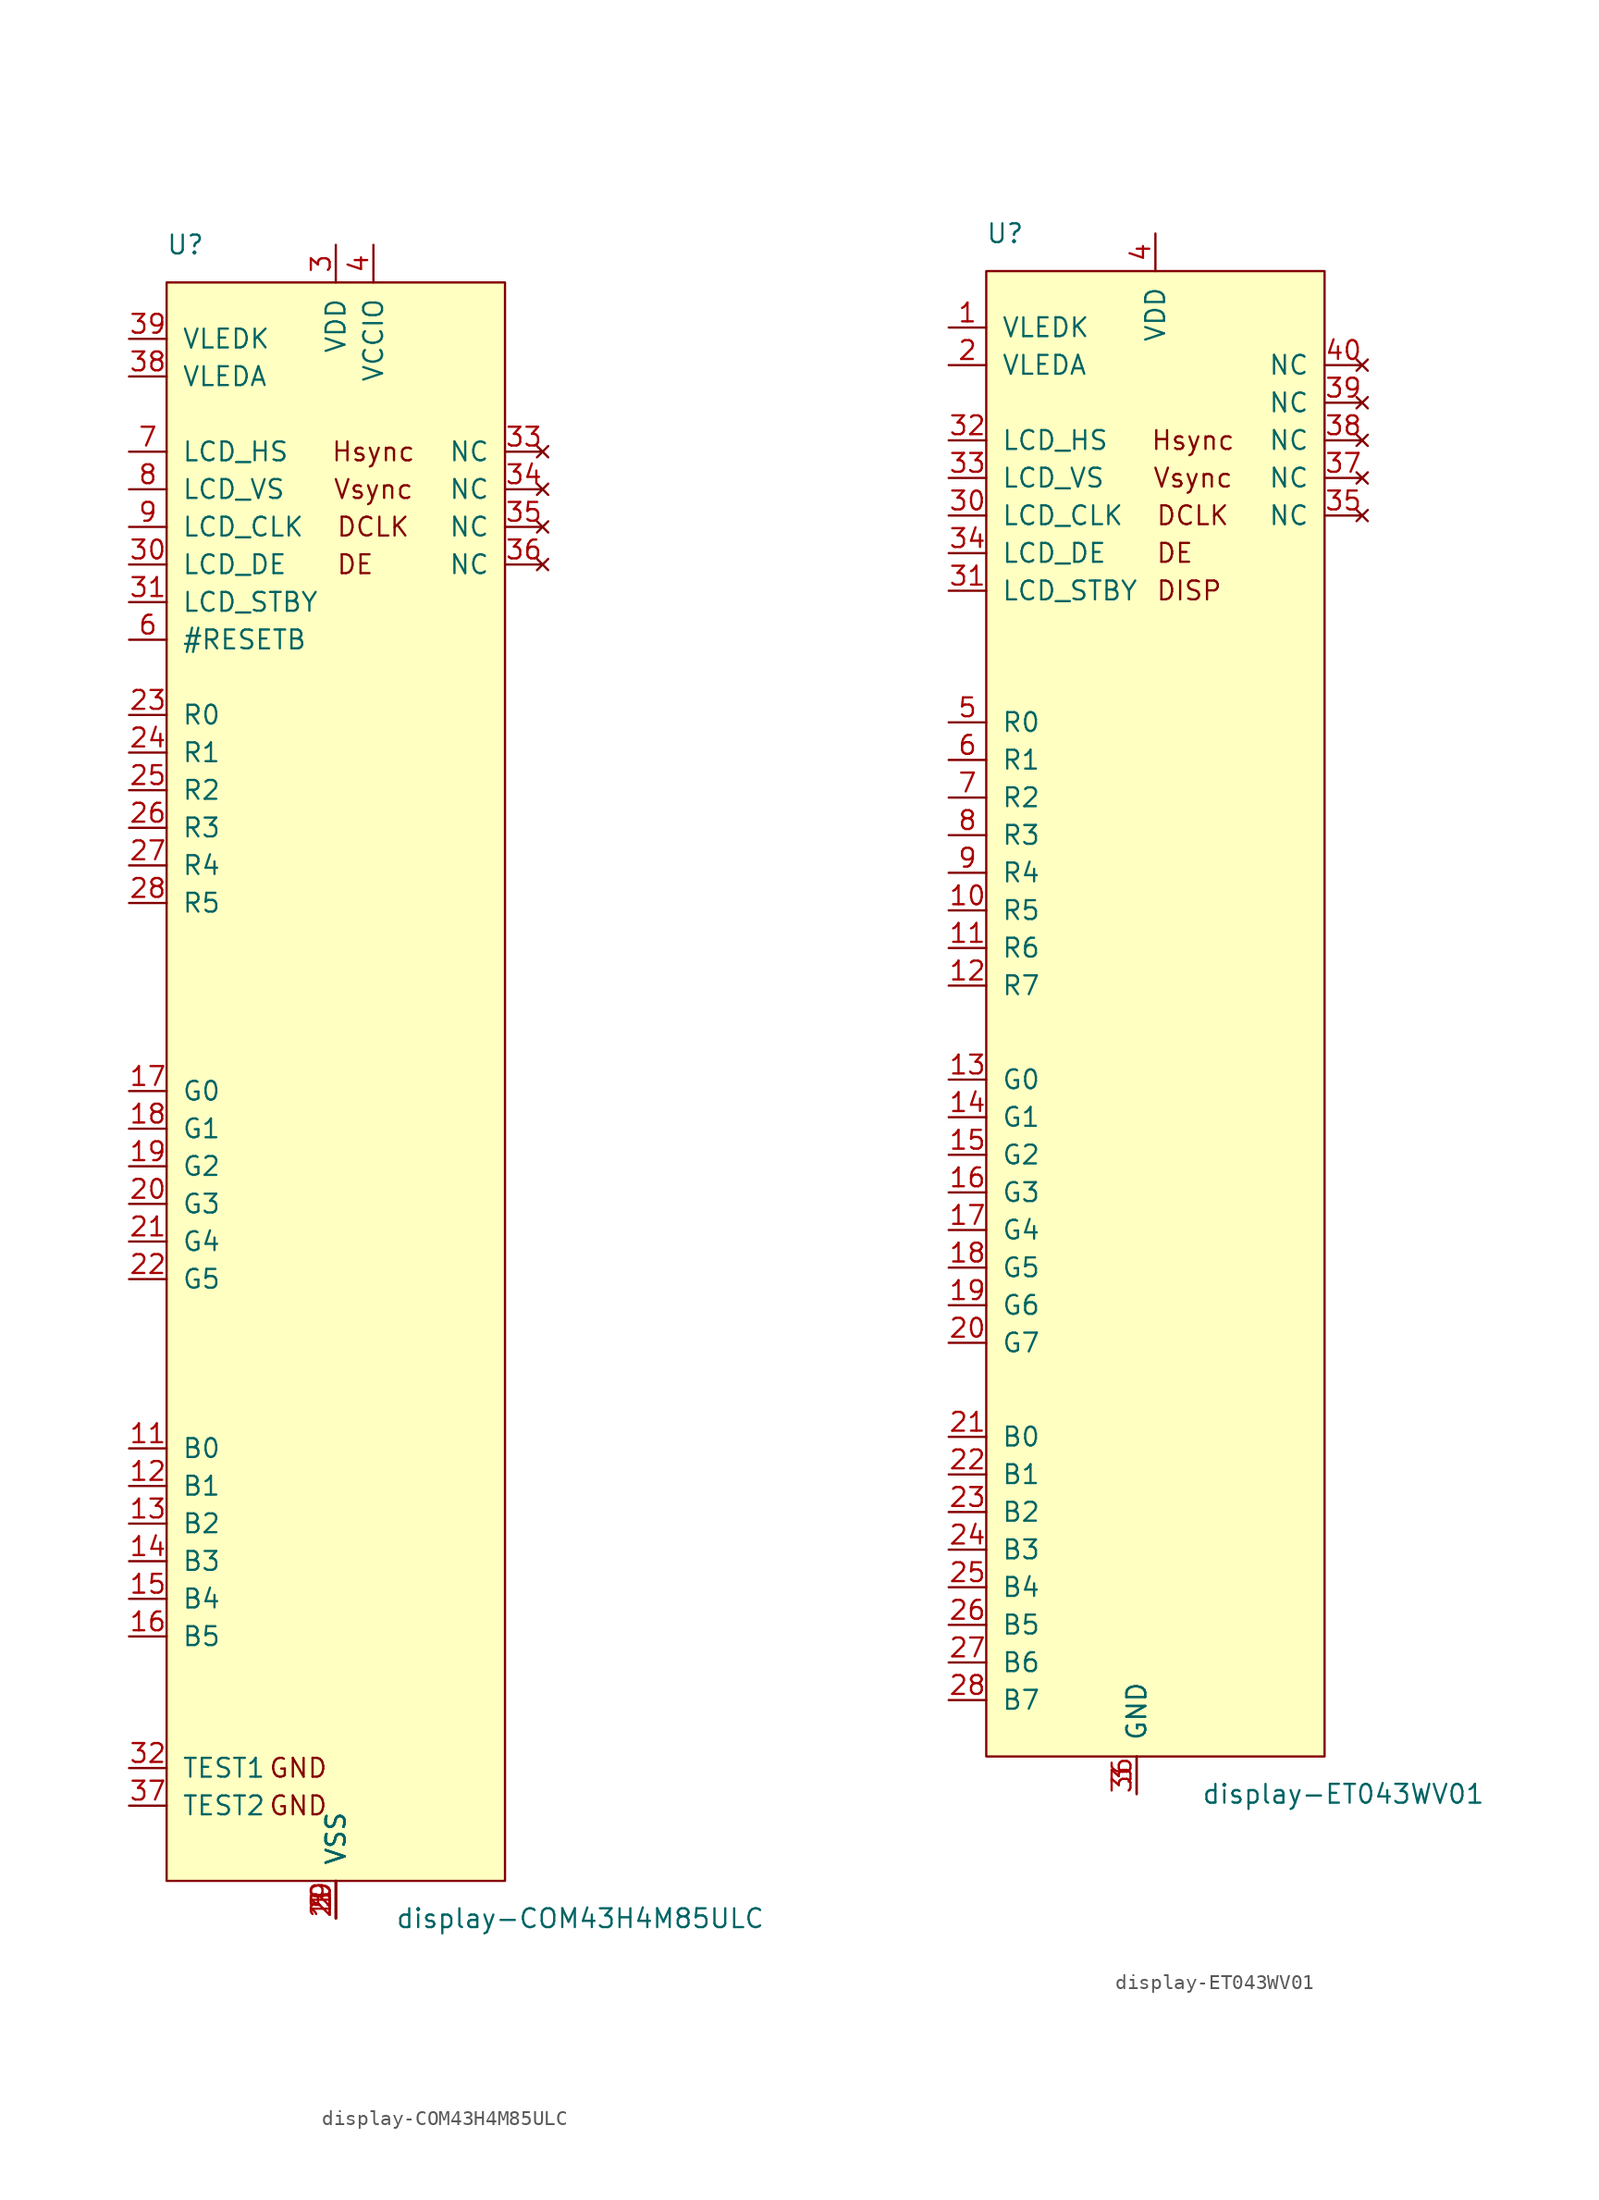
<source format=kicad_sym>
(kicad_symbol_lib
  (version 20211014)
  (generator kicad_symbol_editor)
  (symbol "display-COM43H4M85ULC"
    (pin_names
      (offset 1.016))
    (property "Reference" "U"
      (at -10.16 52.07 0)
      (effects (font (size 1.27 1.27))))
    (property "Value" "display-COM43H4M85ULC"
      (at 16.51 -60.96 0)
      (effects (font (size 1.27 1.27))))
    (symbol "display-COM43H4M85ULC_0_0"
      (text "DE" (at 0 30.48 0) (effects (font (size 1.27 1.27)) (justify left)))
      (text "GND" (at -2.54 -50.8 0) (effects (font (size 1.27 1.27))))
      (text "Hsync" (at 2.54 38.1 0) (effects (font (size 1.27 1.27))))
      (text "Vsync" (at 2.54 35.56 0) (effects (font (size 1.27 1.27)))))
    (symbol "display-COM43H4M85ULC_1_1"
      (rectangle (start -11.43 49.53) (end 11.43 -58.42) (stroke (width 0) (type default) (color 0 0 0 0)) (fill (type background)))
      (text "DCLK" (at 0 33.02 0) (effects (font (size 1.27 1.27)) (justify left)))
      (text "GND" (at -2.54 -53.34 0) (effects (font (size 1.27 1.27))))
      (pin power_in line (at 0 -60.96 90) (length 2.54) (name "VSS" (effects (font (size 1.27 1.27)))) (number "1" (effects (font (size 1.27 1.27)))))
      (pin power_in line (at 0 -60.96 90) (length 2.54) (name "VSS" (effects (font (size 1.27 1.27)))) (number "10" (effects (font (size 1.27 1.27)))))
      (pin input line (at -13.97 -29.21 0) (length 2.54) (name "B0" (effects (font (size 1.27 1.27)))) (number "11" (effects (font (size 1.27 1.27)))))
      (pin input line (at -13.97 -31.75 0) (length 2.54) (name "B1" (effects (font (size 1.27 1.27)))) (number "12" (effects (font (size 1.27 1.27)))))
      (pin input line (at -13.97 -34.29 0) (length 2.54) (name "B2" (effects (font (size 1.27 1.27)))) (number "13" (effects (font (size 1.27 1.27)))))
      (pin input line (at -13.97 -36.83 0) (length 2.54) (name "B3" (effects (font (size 1.27 1.27)))) (number "14" (effects (font (size 1.27 1.27)))))
      (pin input line (at -13.97 -39.37 0) (length 2.54) (name "B4" (effects (font (size 1.27 1.27)))) (number "15" (effects (font (size 1.27 1.27)))))
      (pin input line (at -13.97 -41.91 0) (length 2.54) (name "B5" (effects (font (size 1.27 1.27)))) (number "16" (effects (font (size 1.27 1.27)))))
      (pin input line (at -13.97 -5.08 0) (length 2.54) (name "G0" (effects (font (size 1.27 1.27)))) (number "17" (effects (font (size 1.27 1.27)))))
      (pin input line (at -13.97 -7.62 0) (length 2.54) (name "G1" (effects (font (size 1.27 1.27)))) (number "18" (effects (font (size 1.27 1.27)))))
      (pin input line (at -13.97 -10.16 0) (length 2.54) (name "G2" (effects (font (size 1.27 1.27)))) (number "19" (effects (font (size 1.27 1.27)))))
      (pin power_in line (at 0 -60.96 90) (length 2.54) (name "VSS" (effects (font (size 1.27 1.27)))) (number "2" (effects (font (size 1.27 1.27)))))
      (pin input line (at -13.97 -12.7 0) (length 2.54) (name "G3" (effects (font (size 1.27 1.27)))) (number "20" (effects (font (size 1.27 1.27)))))
      (pin input line (at -13.97 -15.24 0) (length 2.54) (name "G4" (effects (font (size 1.27 1.27)))) (number "21" (effects (font (size 1.27 1.27)))))
      (pin input line (at -13.97 -17.78 0) (length 2.54) (name "G5" (effects (font (size 1.27 1.27)))) (number "22" (effects (font (size 1.27 1.27)))))
      (pin input line (at -13.97 20.32 0) (length 2.54) (name "R0" (effects (font (size 1.27 1.27)))) (number "23" (effects (font (size 1.27 1.27)))))
      (pin input line (at -13.97 17.78 0) (length 2.54) (name "R1" (effects (font (size 1.27 1.27)))) (number "24" (effects (font (size 1.27 1.27)))))
      (pin input line (at -13.97 15.24 0) (length 2.54) (name "R2" (effects (font (size 1.27 1.27)))) (number "25" (effects (font (size 1.27 1.27)))))
      (pin input line (at -13.97 12.7 0) (length 2.54) (name "R3" (effects (font (size 1.27 1.27)))) (number "26" (effects (font (size 1.27 1.27)))))
      (pin input line (at -13.97 10.16 0) (length 2.54) (name "R4" (effects (font (size 1.27 1.27)))) (number "27" (effects (font (size 1.27 1.27)))))
      (pin input line (at -13.97 7.62 0) (length 2.54) (name "R5" (effects (font (size 1.27 1.27)))) (number "28" (effects (font (size 1.27 1.27)))))
      (pin power_in line (at 0 -60.96 90) (length 2.54) (name "VSS" (effects (font (size 1.27 1.27)))) (number "29" (effects (font (size 1.27 1.27)))))
      (pin power_in line (at 0 52.07 270) (length 2.54) (name "VDD" (effects (font (size 1.27 1.27)))) (number "3" (effects (font (size 1.27 1.27)))))
      (pin input line (at -13.97 30.48 0) (length 2.54) (name "LCD_DE" (effects (font (size 1.27 1.27)))) (number "30" (effects (font (size 1.27 1.27)))))
      (pin input line (at -13.97 27.94 0) (length 2.54) (name "LCD_STBY" (effects (font (size 1.27 1.27)))) (number "31" (effects (font (size 1.27 1.27)))))
      (pin input line (at -13.97 -50.8 0) (length 2.54) (name "TEST1" (effects (font (size 1.27 1.27)))) (number "32" (effects (font (size 1.27 1.27)))))
      (pin no_connect line (at 13.97 38.1 180) (length 2.54) (name "NC" (effects (font (size 1.27 1.27)))) (number "33" (effects (font (size 1.27 1.27)))))
      (pin no_connect line (at 13.97 35.56 180) (length 2.54) (name "NC" (effects (font (size 1.27 1.27)))) (number "34" (effects (font (size 1.27 1.27)))))
      (pin no_connect line (at 13.97 33.02 180) (length 2.54) (name "NC" (effects (font (size 1.27 1.27)))) (number "35" (effects (font (size 1.27 1.27)))))
      (pin no_connect line (at 13.97 30.48 180) (length 2.54) (name "NC" (effects (font (size 1.27 1.27)))) (number "36" (effects (font (size 1.27 1.27)))))
      (pin input line (at -13.97 -53.34 0) (length 2.54) (name "TEST2" (effects (font (size 1.27 1.27)))) (number "37" (effects (font (size 1.27 1.27)))))
      (pin input line (at -13.97 43.18 0) (length 2.54) (name "VLEDA" (effects (font (size 1.27 1.27)))) (number "38" (effects (font (size 1.27 1.27)))))
      (pin input line (at -13.97 45.72 0) (length 2.54) (name "VLEDK" (effects (font (size 1.27 1.27)))) (number "39" (effects (font (size 1.27 1.27)))))
      (pin power_in line (at 2.54 52.07 270) (length 2.54) (name "VCCIO" (effects (font (size 1.27 1.27)))) (number "4" (effects (font (size 1.27 1.27)))))
      (pin power_in line (at 0 -60.96 90) (length 2.54) (name "VSS" (effects (font (size 1.27 1.27)))) (number "5" (effects (font (size 1.27 1.27)))))
      (pin input line (at -13.97 25.4 0) (length 2.54) (name "#RESETB" (effects (font (size 1.27 1.27)))) (number "6" (effects (font (size 1.27 1.27)))))
      (pin input line (at -13.97 38.1 0) (length 2.54) (name "LCD_HS" (effects (font (size 1.27 1.27)))) (number "7" (effects (font (size 1.27 1.27)))))
      (pin input line (at -13.97 35.56 0) (length 2.54) (name "LCD_VS" (effects (font (size 1.27 1.27)))) (number "8" (effects (font (size 1.27 1.27)))))
      (pin input line (at -13.97 33.02 0) (length 2.54) (name "LCD_CLK" (effects (font (size 1.27 1.27)))) (number "9" (effects (font (size 1.27 1.27)))))))
  (symbol "display-ET043WV01"
    (pin_names
      (offset 1.016))
    (property "Reference" "U"
      (at -10.16 52.07 0)
      (effects (font (size 1.27 1.27))))
    (property "Value" "display-ET043WV01"
      (at 12.7 -53.34 0)
      (effects (font (size 1.27 1.27))))
    (symbol "display-ET043WV01_0_0"
      (text "DE" (at 0 30.48 0) (effects (font (size 1.27 1.27)) (justify left)))
      (text "DISP" (at 0 27.94 0) (effects (font (size 1.27 1.27)) (justify left)))
      (text "Hsync" (at 2.54 38.1 0) (effects (font (size 1.27 1.27))))
      (text "Vsync" (at 2.54 35.56 0) (effects (font (size 1.27 1.27)))))
    (symbol "display-ET043WV01_1_1"
      (rectangle (start -11.43 49.53) (end 11.43 -50.8) (stroke (width 0) (type default) (color 0 0 0 0)) (fill (type background)))
      (text "DCLK" (at 0 33.02 0) (effects (font (size 1.27 1.27)) (justify left)))
      (pin power_in line (at -13.97 45.72 0) (length 2.54) (name "VLEDK" (effects (font (size 1.27 1.27)))) (number "1" (effects (font (size 1.27 1.27)))))
      (pin input line (at -13.97 6.35 0) (length 2.54) (name "R5" (effects (font (size 1.27 1.27)))) (number "10" (effects (font (size 1.27 1.27)))))
      (pin input line (at -13.97 3.81 0) (length 2.54) (name "R6" (effects (font (size 1.27 1.27)))) (number "11" (effects (font (size 1.27 1.27)))))
      (pin input line (at -13.97 1.27 0) (length 2.54) (name "R7" (effects (font (size 1.27 1.27)))) (number "12" (effects (font (size 1.27 1.27)))))
      (pin input line (at -13.97 -5.08 0) (length 2.54) (name "G0" (effects (font (size 1.27 1.27)))) (number "13" (effects (font (size 1.27 1.27)))))
      (pin input line (at -13.97 -7.62 0) (length 2.54) (name "G1" (effects (font (size 1.27 1.27)))) (number "14" (effects (font (size 1.27 1.27)))))
      (pin input line (at -13.97 -10.16 0) (length 2.54) (name "G2" (effects (font (size 1.27 1.27)))) (number "15" (effects (font (size 1.27 1.27)))))
      (pin input line (at -13.97 -12.7 0) (length 2.54) (name "G3" (effects (font (size 1.27 1.27)))) (number "16" (effects (font (size 1.27 1.27)))))
      (pin input line (at -13.97 -15.24 0) (length 2.54) (name "G4" (effects (font (size 1.27 1.27)))) (number "17" (effects (font (size 1.27 1.27)))))
      (pin input line (at -13.97 -17.78 0) (length 2.54) (name "G5" (effects (font (size 1.27 1.27)))) (number "18" (effects (font (size 1.27 1.27)))))
      (pin input line (at -13.97 -20.32 0) (length 2.54) (name "G6" (effects (font (size 1.27 1.27)))) (number "19" (effects (font (size 1.27 1.27)))))
      (pin power_in line (at -13.97 43.18 0) (length 2.54) (name "VLEDA" (effects (font (size 1.27 1.27)))) (number "2" (effects (font (size 1.27 1.27)))))
      (pin input line (at -13.97 -22.86 0) (length 2.54) (name "G7" (effects (font (size 1.27 1.27)))) (number "20" (effects (font (size 1.27 1.27)))))
      (pin input line (at -13.97 -29.21 0) (length 2.54) (name "B0" (effects (font (size 1.27 1.27)))) (number "21" (effects (font (size 1.27 1.27)))))
      (pin input line (at -13.97 -31.75 0) (length 2.54) (name "B1" (effects (font (size 1.27 1.27)))) (number "22" (effects (font (size 1.27 1.27)))))
      (pin input line (at -13.97 -34.29 0) (length 2.54) (name "B2" (effects (font (size 1.27 1.27)))) (number "23" (effects (font (size 1.27 1.27)))))
      (pin input line (at -13.97 -36.83 0) (length 2.54) (name "B3" (effects (font (size 1.27 1.27)))) (number "24" (effects (font (size 1.27 1.27)))))
      (pin input line (at -13.97 -39.37 0) (length 2.54) (name "B4" (effects (font (size 1.27 1.27)))) (number "25" (effects (font (size 1.27 1.27)))))
      (pin input line (at -13.97 -41.91 0) (length 2.54) (name "B5" (effects (font (size 1.27 1.27)))) (number "26" (effects (font (size 1.27 1.27)))))
      (pin input line (at -13.97 -44.45 0) (length 2.54) (name "B6" (effects (font (size 1.27 1.27)))) (number "27" (effects (font (size 1.27 1.27)))))
      (pin input line (at -13.97 -46.99 0) (length 2.54) (name "B7" (effects (font (size 1.27 1.27)))) (number "28" (effects (font (size 1.27 1.27)))))
      (pin power_in line (at -1.27 -53.34 90) (length 2.54) (name "GND" (effects (font (size 1.27 1.27)))) (number "3" (effects (font (size 1.27 1.27)))))
      (pin input line (at -13.97 33.02 0) (length 2.54) (name "LCD_CLK" (effects (font (size 1.27 1.27)))) (number "30" (effects (font (size 1.27 1.27)))))
      (pin input line (at -13.97 27.94 0) (length 2.54) (name "LCD_STBY" (effects (font (size 1.27 1.27)))) (number "31" (effects (font (size 1.27 1.27)))))
      (pin input line (at -13.97 38.1 0) (length 2.54) (name "LCD_HS" (effects (font (size 1.27 1.27)))) (number "32" (effects (font (size 1.27 1.27)))))
      (pin input line (at -13.97 35.56 0) (length 2.54) (name "LCD_VS" (effects (font (size 1.27 1.27)))) (number "33" (effects (font (size 1.27 1.27)))))
      (pin input line (at -13.97 30.48 0) (length 2.54) (name "LCD_DE" (effects (font (size 1.27 1.27)))) (number "34" (effects (font (size 1.27 1.27)))))
      (pin no_connect line (at 13.97 33.02 180) (length 2.54) (name "NC" (effects (font (size 1.27 1.27)))) (number "35" (effects (font (size 1.27 1.27)))))
      (pin power_in line (at -1.27 -53.34 90) (length 2.54) (name "GND" (effects (font (size 1.27 1.27)))) (number "36" (effects (font (size 1.27 1.27)))))
      (pin no_connect line (at 13.97 35.56 180) (length 2.54) (name "NC" (effects (font (size 1.27 1.27)))) (number "37" (effects (font (size 1.27 1.27)))))
      (pin no_connect line (at 13.97 38.1 180) (length 2.54) (name "NC" (effects (font (size 1.27 1.27)))) (number "38" (effects (font (size 1.27 1.27)))))
      (pin no_connect line (at 13.97 40.64 180) (length 2.54) (name "NC" (effects (font (size 1.27 1.27)))) (number "39" (effects (font (size 1.27 1.27)))))
      (pin power_in line (at 0 52.07 270) (length 2.54) (name "VDD" (effects (font (size 1.27 1.27)))) (number "4" (effects (font (size 1.27 1.27)))))
      (pin no_connect line (at 13.97 43.18 180) (length 2.54) (name "NC" (effects (font (size 1.27 1.27)))) (number "40" (effects (font (size 1.27 1.27)))))
      (pin input line (at -13.97 19.05 0) (length 2.54) (name "R0" (effects (font (size 1.27 1.27)))) (number "5" (effects (font (size 1.27 1.27)))))
      (pin input line (at -13.97 16.51 0) (length 2.54) (name "R1" (effects (font (size 1.27 1.27)))) (number "6" (effects (font (size 1.27 1.27)))))
      (pin input line (at -13.97 13.97 0) (length 2.54) (name "R2" (effects (font (size 1.27 1.27)))) (number "7" (effects (font (size 1.27 1.27)))))
      (pin input line (at -13.97 11.43 0) (length 2.54) (name "R3" (effects (font (size 1.27 1.27)))) (number "8" (effects (font (size 1.27 1.27)))))
      (pin input line (at -13.97 8.89 0) (length 2.54) (name "R4" (effects (font (size 1.27 1.27)))) (number "9" (effects (font (size 1.27 1.27))))))))
</source>
